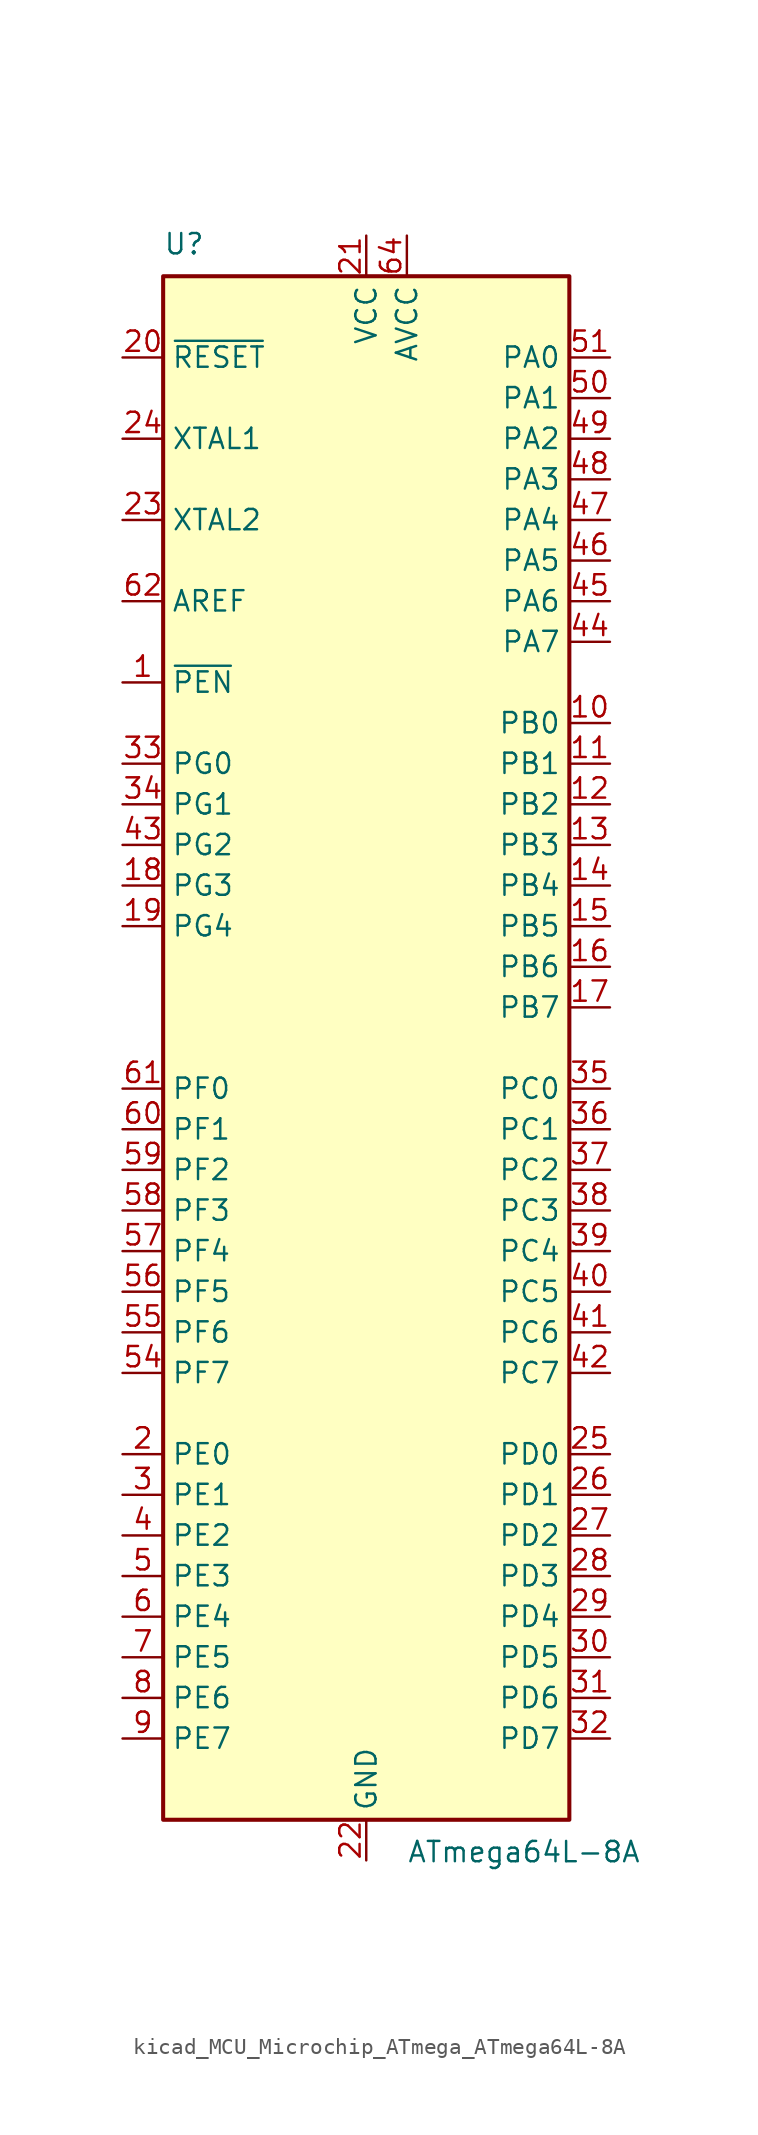
<source format=kicad_sym>
(kicad_symbol_lib
  (version 20220914)
  (generator kicad_symbol_editor)
  (symbol "kicad_MCU_Microchip_ATmega_ATmega64L-8A"
    (property "Reference" "U"
      (at -12.7 49.53 0)
      (effects (font (size 1.27 1.27)) (justify left bottom)))
    (property "Value" "ATmega64L-8A"
      (at 2.54 -49.53 0)
      (effects (font (size 1.27 1.27)) (justify left top)))
    (symbol "kicad_MCU_Microchip_ATmega_ATmega64L-8A_0_1"
      (rectangle (start -12.7 -48.26) (end 12.7 48.26) (stroke (width 0.254) (type default)) (fill (type background))))
    (symbol "kicad_MCU_Microchip_ATmega_ATmega64L-8A_1_1"
      (pin input line (at -15.24 22.86 0) (length 2.54) (name "~{PEN}" (effects (font (size 1.27 1.27)))) (number "1" (effects (font (size 1.27 1.27)))))
      (pin bidirectional line (at 15.24 20.32 180) (length 2.54) (name "PB0" (effects (font (size 1.27 1.27)))) (number "10" (effects (font (size 1.27 1.27)))))
      (pin bidirectional line (at 15.24 17.78 180) (length 2.54) (name "PB1" (effects (font (size 1.27 1.27)))) (number "11" (effects (font (size 1.27 1.27)))))
      (pin bidirectional line (at 15.24 15.24 180) (length 2.54) (name "PB2" (effects (font (size 1.27 1.27)))) (number "12" (effects (font (size 1.27 1.27)))))
      (pin bidirectional line (at 15.24 12.7 180) (length 2.54) (name "PB3" (effects (font (size 1.27 1.27)))) (number "13" (effects (font (size 1.27 1.27)))))
      (pin bidirectional line (at 15.24 10.16 180) (length 2.54) (name "PB4" (effects (font (size 1.27 1.27)))) (number "14" (effects (font (size 1.27 1.27)))))
      (pin bidirectional line (at 15.24 7.62 180) (length 2.54) (name "PB5" (effects (font (size 1.27 1.27)))) (number "15" (effects (font (size 1.27 1.27)))))
      (pin bidirectional line (at 15.24 5.08 180) (length 2.54) (name "PB6" (effects (font (size 1.27 1.27)))) (number "16" (effects (font (size 1.27 1.27)))))
      (pin bidirectional line (at 15.24 2.54 180) (length 2.54) (name "PB7" (effects (font (size 1.27 1.27)))) (number "17" (effects (font (size 1.27 1.27)))))
      (pin bidirectional line (at -15.24 10.16 0) (length 2.54) (name "PG3" (effects (font (size 1.27 1.27)))) (number "18" (effects (font (size 1.27 1.27)))))
      (pin bidirectional line (at -15.24 7.62 0) (length 2.54) (name "PG4" (effects (font (size 1.27 1.27)))) (number "19" (effects (font (size 1.27 1.27)))))
      (pin bidirectional line (at -15.24 -25.4 0) (length 2.54) (name "PE0" (effects (font (size 1.27 1.27)))) (number "2" (effects (font (size 1.27 1.27)))))
      (pin input line (at -15.24 43.18 0) (length 2.54) (name "~{RESET}" (effects (font (size 1.27 1.27)))) (number "20" (effects (font (size 1.27 1.27)))))
      (pin power_in line (at 0 50.8 270) (length 2.54) (name "VCC" (effects (font (size 1.27 1.27)))) (number "21" (effects (font (size 1.27 1.27)))))
      (pin power_in line (at 0 -50.8 90) (length 2.54) (name "GND" (effects (font (size 1.27 1.27)))) (number "22" (effects (font (size 1.27 1.27)))))
      (pin output line (at -15.24 33.02 0) (length 2.54) (name "XTAL2" (effects (font (size 1.27 1.27)))) (number "23" (effects (font (size 1.27 1.27)))))
      (pin input line (at -15.24 38.1 0) (length 2.54) (name "XTAL1" (effects (font (size 1.27 1.27)))) (number "24" (effects (font (size 1.27 1.27)))))
      (pin bidirectional line (at 15.24 -25.4 180) (length 2.54) (name "PD0" (effects (font (size 1.27 1.27)))) (number "25" (effects (font (size 1.27 1.27)))))
      (pin bidirectional line (at 15.24 -27.94 180) (length 2.54) (name "PD1" (effects (font (size 1.27 1.27)))) (number "26" (effects (font (size 1.27 1.27)))))
      (pin bidirectional line (at 15.24 -30.48 180) (length 2.54) (name "PD2" (effects (font (size 1.27 1.27)))) (number "27" (effects (font (size 1.27 1.27)))))
      (pin bidirectional line (at 15.24 -33.02 180) (length 2.54) (name "PD3" (effects (font (size 1.27 1.27)))) (number "28" (effects (font (size 1.27 1.27)))))
      (pin bidirectional line (at 15.24 -35.56 180) (length 2.54) (name "PD4" (effects (font (size 1.27 1.27)))) (number "29" (effects (font (size 1.27 1.27)))))
      (pin bidirectional line (at -15.24 -27.94 0) (length 2.54) (name "PE1" (effects (font (size 1.27 1.27)))) (number "3" (effects (font (size 1.27 1.27)))))
      (pin bidirectional line (at 15.24 -38.1 180) (length 2.54) (name "PD5" (effects (font (size 1.27 1.27)))) (number "30" (effects (font (size 1.27 1.27)))))
      (pin bidirectional line (at 15.24 -40.64 180) (length 2.54) (name "PD6" (effects (font (size 1.27 1.27)))) (number "31" (effects (font (size 1.27 1.27)))))
      (pin bidirectional line (at 15.24 -43.18 180) (length 2.54) (name "PD7" (effects (font (size 1.27 1.27)))) (number "32" (effects (font (size 1.27 1.27)))))
      (pin bidirectional line (at -15.24 17.78 0) (length 2.54) (name "PG0" (effects (font (size 1.27 1.27)))) (number "33" (effects (font (size 1.27 1.27)))))
      (pin bidirectional line (at -15.24 15.24 0) (length 2.54) (name "PG1" (effects (font (size 1.27 1.27)))) (number "34" (effects (font (size 1.27 1.27)))))
      (pin bidirectional line (at 15.24 -2.54 180) (length 2.54) (name "PC0" (effects (font (size 1.27 1.27)))) (number "35" (effects (font (size 1.27 1.27)))))
      (pin bidirectional line (at 15.24 -5.08 180) (length 2.54) (name "PC1" (effects (font (size 1.27 1.27)))) (number "36" (effects (font (size 1.27 1.27)))))
      (pin bidirectional line (at 15.24 -7.62 180) (length 2.54) (name "PC2" (effects (font (size 1.27 1.27)))) (number "37" (effects (font (size 1.27 1.27)))))
      (pin bidirectional line (at 15.24 -10.16 180) (length 2.54) (name "PC3" (effects (font (size 1.27 1.27)))) (number "38" (effects (font (size 1.27 1.27)))))
      (pin bidirectional line (at 15.24 -12.7 180) (length 2.54) (name "PC4" (effects (font (size 1.27 1.27)))) (number "39" (effects (font (size 1.27 1.27)))))
      (pin bidirectional line (at -15.24 -30.48 0) (length 2.54) (name "PE2" (effects (font (size 1.27 1.27)))) (number "4" (effects (font (size 1.27 1.27)))))
      (pin bidirectional line (at 15.24 -15.24 180) (length 2.54) (name "PC5" (effects (font (size 1.27 1.27)))) (number "40" (effects (font (size 1.27 1.27)))))
      (pin bidirectional line (at 15.24 -17.78 180) (length 2.54) (name "PC6" (effects (font (size 1.27 1.27)))) (number "41" (effects (font (size 1.27 1.27)))))
      (pin bidirectional line (at 15.24 -20.32 180) (length 2.54) (name "PC7" (effects (font (size 1.27 1.27)))) (number "42" (effects (font (size 1.27 1.27)))))
      (pin bidirectional line (at -15.24 12.7 0) (length 2.54) (name "PG2" (effects (font (size 1.27 1.27)))) (number "43" (effects (font (size 1.27 1.27)))))
      (pin bidirectional line (at 15.24 25.4 180) (length 2.54) (name "PA7" (effects (font (size 1.27 1.27)))) (number "44" (effects (font (size 1.27 1.27)))))
      (pin bidirectional line (at 15.24 27.94 180) (length 2.54) (name "PA6" (effects (font (size 1.27 1.27)))) (number "45" (effects (font (size 1.27 1.27)))))
      (pin bidirectional line (at 15.24 30.48 180) (length 2.54) (name "PA5" (effects (font (size 1.27 1.27)))) (number "46" (effects (font (size 1.27 1.27)))))
      (pin bidirectional line (at 15.24 33.02 180) (length 2.54) (name "PA4" (effects (font (size 1.27 1.27)))) (number "47" (effects (font (size 1.27 1.27)))))
      (pin bidirectional line (at 15.24 35.56 180) (length 2.54) (name "PA3" (effects (font (size 1.27 1.27)))) (number "48" (effects (font (size 1.27 1.27)))))
      (pin bidirectional line (at 15.24 38.1 180) (length 2.54) (name "PA2" (effects (font (size 1.27 1.27)))) (number "49" (effects (font (size 1.27 1.27)))))
      (pin bidirectional line (at -15.24 -33.02 0) (length 2.54) (name "PE3" (effects (font (size 1.27 1.27)))) (number "5" (effects (font (size 1.27 1.27)))))
      (pin bidirectional line (at 15.24 40.64 180) (length 2.54) (name "PA1" (effects (font (size 1.27 1.27)))) (number "50" (effects (font (size 1.27 1.27)))))
      (pin bidirectional line (at 15.24 43.18 180) (length 2.54) (name "PA0" (effects (font (size 1.27 1.27)))) (number "51" (effects (font (size 1.27 1.27)))))
      (pin passive line (at 0 50.8 270) (length 2.54) hide (name "VCC" (effects (font (size 1.27 1.27)))) (number "52" (effects (font (size 1.27 1.27)))))
      (pin passive line (at 0 -50.8 90) (length 2.54) hide (name "GND" (effects (font (size 1.27 1.27)))) (number "53" (effects (font (size 1.27 1.27)))))
      (pin bidirectional line (at -15.24 -20.32 0) (length 2.54) (name "PF7" (effects (font (size 1.27 1.27)))) (number "54" (effects (font (size 1.27 1.27)))))
      (pin bidirectional line (at -15.24 -17.78 0) (length 2.54) (name "PF6" (effects (font (size 1.27 1.27)))) (number "55" (effects (font (size 1.27 1.27)))))
      (pin bidirectional line (at -15.24 -15.24 0) (length 2.54) (name "PF5" (effects (font (size 1.27 1.27)))) (number "56" (effects (font (size 1.27 1.27)))))
      (pin bidirectional line (at -15.24 -12.7 0) (length 2.54) (name "PF4" (effects (font (size 1.27 1.27)))) (number "57" (effects (font (size 1.27 1.27)))))
      (pin bidirectional line (at -15.24 -10.16 0) (length 2.54) (name "PF3" (effects (font (size 1.27 1.27)))) (number "58" (effects (font (size 1.27 1.27)))))
      (pin bidirectional line (at -15.24 -7.62 0) (length 2.54) (name "PF2" (effects (font (size 1.27 1.27)))) (number "59" (effects (font (size 1.27 1.27)))))
      (pin bidirectional line (at -15.24 -35.56 0) (length 2.54) (name "PE4" (effects (font (size 1.27 1.27)))) (number "6" (effects (font (size 1.27 1.27)))))
      (pin bidirectional line (at -15.24 -5.08 0) (length 2.54) (name "PF1" (effects (font (size 1.27 1.27)))) (number "60" (effects (font (size 1.27 1.27)))))
      (pin bidirectional line (at -15.24 -2.54 0) (length 2.54) (name "PF0" (effects (font (size 1.27 1.27)))) (number "61" (effects (font (size 1.27 1.27)))))
      (pin passive line (at -15.24 27.94 0) (length 2.54) (name "AREF" (effects (font (size 1.27 1.27)))) (number "62" (effects (font (size 1.27 1.27)))))
      (pin passive line (at 0 -50.8 90) (length 2.54) hide (name "GND" (effects (font (size 1.27 1.27)))) (number "63" (effects (font (size 1.27 1.27)))))
      (pin power_in line (at 2.54 50.8 270) (length 2.54) (name "AVCC" (effects (font (size 1.27 1.27)))) (number "64" (effects (font (size 1.27 1.27)))))
      (pin bidirectional line (at -15.24 -38.1 0) (length 2.54) (name "PE5" (effects (font (size 1.27 1.27)))) (number "7" (effects (font (size 1.27 1.27)))))
      (pin bidirectional line (at -15.24 -40.64 0) (length 2.54) (name "PE6" (effects (font (size 1.27 1.27)))) (number "8" (effects (font (size 1.27 1.27)))))
      (pin bidirectional line (at -15.24 -43.18 0) (length 2.54) (name "PE7" (effects (font (size 1.27 1.27)))) (number "9" (effects (font (size 1.27 1.27))))))))
</source>
